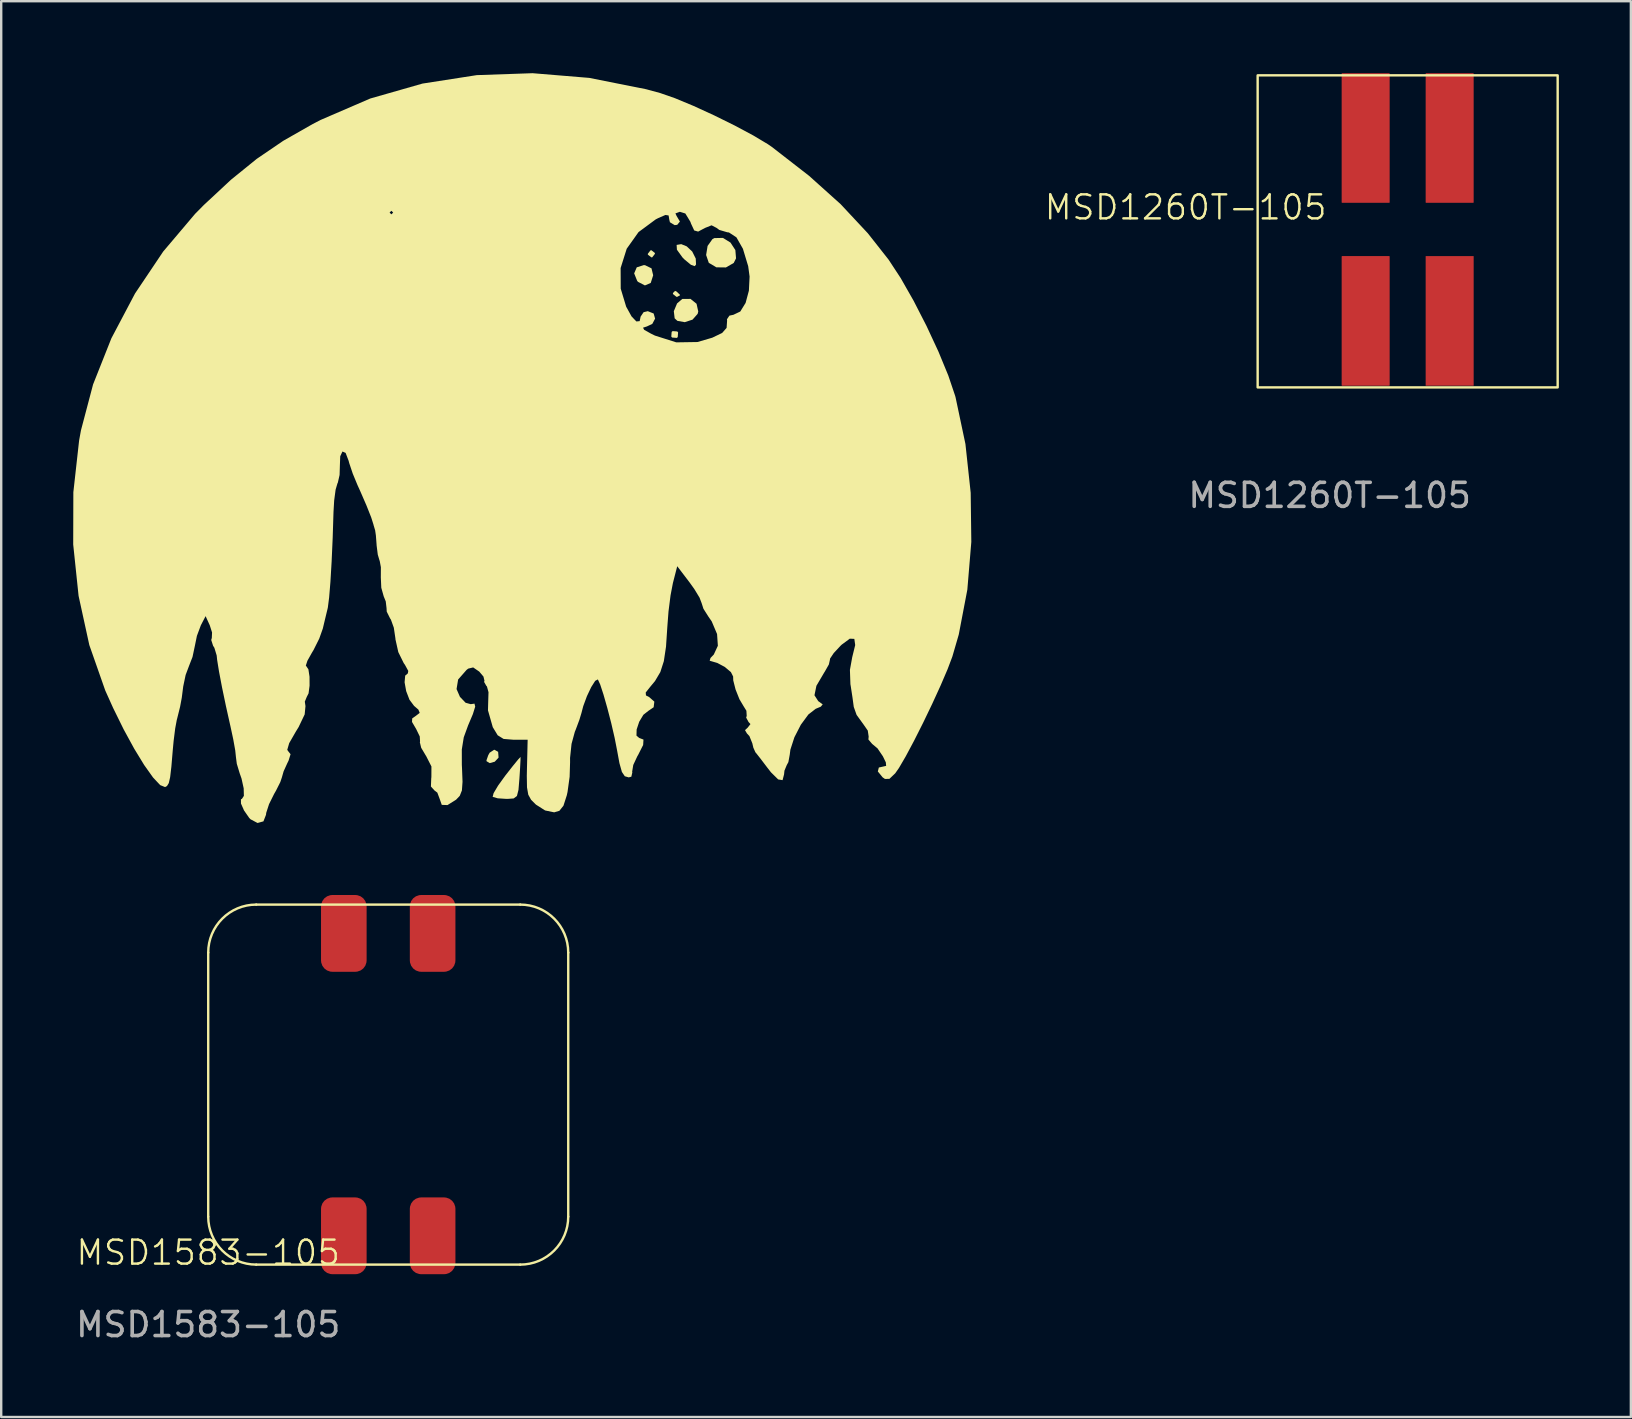
<source format=kicad_pcb>
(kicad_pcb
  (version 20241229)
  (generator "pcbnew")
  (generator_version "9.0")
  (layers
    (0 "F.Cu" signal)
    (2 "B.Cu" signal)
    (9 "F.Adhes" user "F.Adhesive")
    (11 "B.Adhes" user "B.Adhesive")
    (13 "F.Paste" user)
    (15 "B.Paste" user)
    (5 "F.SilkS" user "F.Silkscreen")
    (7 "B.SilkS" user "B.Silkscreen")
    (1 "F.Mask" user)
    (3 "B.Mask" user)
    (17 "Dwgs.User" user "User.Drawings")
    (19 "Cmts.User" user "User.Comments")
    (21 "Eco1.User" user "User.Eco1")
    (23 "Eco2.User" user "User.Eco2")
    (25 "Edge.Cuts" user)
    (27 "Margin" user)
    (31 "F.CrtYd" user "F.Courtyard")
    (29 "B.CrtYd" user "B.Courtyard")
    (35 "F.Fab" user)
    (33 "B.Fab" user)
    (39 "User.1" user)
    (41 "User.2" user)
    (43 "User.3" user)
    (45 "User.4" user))
  (footprint "MSD1260T-105"
    (layer "F.Cu")
    (at 52.849 11.59)
    (property "Reference" "MSD1260T-105" (at -6.5 -6 0) (unlocked yes) (layer "F.SilkS") (effects (font (size 1 1) (thickness 0.1))))
    (attr smd)
    (fp_rect (start -3.5 -11.5) (end 9 1.5) (stroke (width 0.1) (type default)) (fill no) (layer "F.SilkS"))
    (fp_text user "${REFERENCE}" (at -0.5 6 0) (unlocked yes) (layer "F.Fab") (effects (font (size 1 1) (thickness 0.15))))
    (pad "1" smd roundrect (at 4.5 -8.89) (size 2 5.4) (layers "F.Cu" "F.Mask" "F.Paste") (roundrect_rratio 0.01))
    (pad "2" smd roundrect (at 1 -8.89) (size 2 5.4) (layers "F.Cu" "F.Mask" "F.Paste") (roundrect_rratio 0.01))
    (pad "3" smd roundrect (at 1 -1.27) (size 2 5.4) (layers "F.Cu" "F.Mask" "F.Paste") (roundrect_rratio 0.01))
    (pad "4" smd rect (at 4.5 -1.27) (size 2 5.4) (layers "F.Cu" "F.Mask" "F.Paste")))
  (footprint "Moon_Gazing"
    (layer "F.Cu")
    (at 19.009 16.639)
    (property "Reference" "Moon_Gazing" (at 0 0 0) (layer "F.SilkS") (effects (font (size 1.5 1.5) (thickness 0.3))))
    (attr board_only exclude_from_pos_files exclude_from_bom)
    (fp_poly (pts (xy 5.225 -9.15) (xy 5.229 -9.114) (xy 5.116 -8.969) (xy 5.08 -8.965) (xy 4.935 -9.078) (xy 4.931 -9.114) (xy 5.044 -9.259) (xy 5.08 -9.264)) (stroke (width 0) (type solid)) (fill yes) (layer "F.SilkS"))
    (fp_poly (pts (xy 6.126 -7.545) (xy 6.268 -7.411) (xy 6.275 -7.387) (xy 6.16 -7.323) (xy 6.126 -7.321) (xy 5.982 -7.436) (xy 5.976 -7.479) (xy 6.068 -7.569)) (stroke (width 0) (type solid)) (fill yes) (layer "F.SilkS"))
    (fp_poly (pts (xy 6.159 -5.879) (xy 6.193 -5.84) (xy 6.178 -5.644) (xy 6.139 -5.611) (xy 5.943 -5.626) (xy 5.91 -5.665) (xy 5.925 -5.86) (xy 5.964 -5.894)) (stroke (width 0) (type solid)) (fill yes) (layer "F.SilkS"))
    (fp_poly (pts (xy -1.305 11.634) (xy -1.287 11.867) (xy -1.293 11.883) (xy -1.446 12.047) (xy -1.656 12.105) (xy -1.786 12.027) (xy -1.791 11.99) (xy -1.717 11.778) (xy -1.658 11.672) (xy -1.468 11.546)) (stroke (width 0) (type solid)) (fill yes) (layer "F.SilkS"))
    (fp_poly (pts (xy 4.818 -8.639) (xy 5.085 -8.509) (xy 5.155 -8.22) (xy 5.053 -7.9) (xy 4.811 -7.797) (xy 4.525 -7.945) (xy 4.489 -7.985) (xy 4.363 -8.299) (xy 4.471 -8.551) (xy 4.765 -8.644)) (stroke (width 0) (type solid)) (fill yes) (layer "F.SilkS"))
    (fp_poly (pts (xy 6.552 -9.425) (xy 6.782 -9.209) (xy 6.928 -8.918) (xy 6.941 -8.668) (xy 6.887 -8.6) (xy 6.728 -8.656) (xy 6.463 -8.875) (xy 6.376 -8.963) (xy 6.144 -9.285) (xy 6.132 -9.485) (xy 6.324 -9.517)) (stroke (width 0) (type solid)) (fill yes) (layer "F.SilkS"))
    (fp_poly (pts (xy 6.962 -7.033) (xy 7.033 -6.712) (xy 7.007 -6.611) (xy 6.795 -6.372) (xy 6.47 -6.266) (xy 6.163 -6.321) (xy 6.05 -6.426) (xy 6.015 -6.723) (xy 6.151 -7.048) (xy 6.368 -7.233) (xy 6.709 -7.236)) (stroke (width 0) (type solid)) (fill yes) (layer "F.SilkS"))
    (fp_poly (pts (xy 8.375 -9.583) (xy 8.579 -9.27) (xy 8.607 -8.924) (xy 8.511 -8.733) (xy 8.186 -8.546) (xy 7.787 -8.551) (xy 7.472 -8.739) (xy 7.361 -9.064) (xy 7.422 -9.442) (xy 7.623 -9.725) (xy 7.704 -9.769) (xy 8.062 -9.777)) (stroke (width 0) (type solid)) (fill yes) (layer "F.SilkS"))
    (fp_poly (pts (xy -0.371 11.849) (xy -0.374 12.001) (xy -0.393 12.364) (xy -0.417 12.737) (xy -0.457 13.22) (xy -0.522 13.476) (xy -0.658 13.578) (xy -0.91 13.596) (xy -0.96 13.596) (xy -1.32 13.572) (xy -1.529 13.512) (xy -1.533 13.508) (xy -1.493 13.356) (xy -1.305 13.04) (xy -1.008 12.628) (xy -1.002 12.62) (xy -0.691 12.224) (xy -0.465 11.947) (xy -0.371 11.848)) (stroke (width 0) (type solid)) (fill yes) (layer "F.SilkS"))
    (fp_poly (pts (xy 2.49 -16.444) (xy 4.86 -15.972) (xy 5.454 -15.81) (xy 6.065 -15.597) (xy 6.841 -15.274) (xy 7.698 -14.881) (xy 8.554 -14.458) (xy 9.326 -14.045) (xy 9.933 -13.682) (xy 10.104 -13.564) (xy 11.652 -12.362) (xy 12.966 -11.182) (xy 14.098 -9.97) (xy 14.962 -8.873) (xy 15.464 -8.108) (xy 16.005 -7.159) (xy 16.544 -6.108) (xy 17.04 -5.041) (xy 17.451 -4.043) (xy 17.736 -3.199) (xy 17.753 -3.138) (xy 18.165 -1.189) (xy 18.384 0.843) (xy 18.41 2.89) (xy 18.244 4.881) (xy 17.887 6.749) (xy 17.62 7.667) (xy 17.421 8.194) (xy 17.131 8.871) (xy 16.781 9.636) (xy 16.402 10.425) (xy 16.024 11.175) (xy 15.677 11.825) (xy 15.394 12.31) (xy 15.239 12.531) (xy 14.998 12.761) (xy 14.812 12.765) (xy 14.716 12.699) (xy 14.515 12.453) (xy 14.557 12.289) (xy 14.721 12.252) (xy 14.861 12.221) (xy 14.848 12.074) (xy 14.726 11.822) (xy 14.503 11.493) (xy 14.278 11.305) (xy 14.277 11.304) (xy 14.122 11.121) (xy 14.133 10.999) (xy 14.096 10.75) (xy 13.89 10.454) (xy 13.884 10.447) (xy 13.63 10.096) (xy 13.512 9.764) (xy 13.461 9.384) (xy 13.387 8.901) (xy 13.373 8.819) (xy 13.352 8.22) (xy 13.448 7.692) (xy 13.572 7.188) (xy 13.536 6.929) (xy 13.347 6.921) (xy 13.01 7.17) (xy 12.963 7.215) (xy 12.678 7.521) (xy 12.525 7.75) (xy 12.517 7.808) (xy 12.475 7.995) (xy 12.303 8.298) (xy 12.281 8.331) (xy 11.956 8.884) (xy 11.875 9.279) (xy 12.035 9.527) (xy 12.058 9.541) (xy 12.218 9.658) (xy 12.14 9.753) (xy 11.926 9.843) (xy 11.622 10.079) (xy 11.307 10.507) (xy 11.039 11.028) (xy 10.872 11.543) (xy 10.845 11.753) (xy 10.788 12.064) (xy 10.72 12.189) (xy 10.624 12.421) (xy 10.608 12.575) (xy 10.546 12.815) (xy 10.363 12.785) (xy 10.063 12.489) (xy 9.907 12.289) (xy 9.643 11.941) (xy 9.456 11.703) (xy 9.414 11.654) (xy 9.328 11.461) (xy 9.286 11.281) (xy 9.164 10.979) (xy 9.062 10.87) (xy 8.981 10.732) (xy 9.093 10.627) (xy 9.208 10.479) (xy 9.128 10.392) (xy 9.029 10.208) (xy 9.052 10.14) (xy 9.039 9.924) (xy 8.925 9.74) (xy 8.749 9.444) (xy 8.587 9.036) (xy 8.491 8.658) (xy 8.486 8.497) (xy 8.394 8.314) (xy 8.138 8.098) (xy 7.826 7.932) (xy 7.705 7.897) (xy 7.509 7.84) (xy 7.543 7.725) (xy 7.68 7.582) (xy 7.85 7.216) (xy 7.817 6.728) (xy 7.594 6.201) (xy 7.451 5.994) (xy 7.249 5.674) (xy 7.172 5.435) (xy 7.086 5.21) (xy 6.866 4.848) (xy 6.664 4.567) (xy 6.157 3.902) (xy 5.977 4.603) (xy 5.878 5.12) (xy 5.794 5.786) (xy 5.745 6.425) (xy 5.69 7.254) (xy 5.599 7.859) (xy 5.453 8.312) (xy 5.231 8.687) (xy 5.035 8.923) (xy 4.844 9.164) (xy 4.855 9.286) (xy 4.983 9.35) (xy 5.203 9.543) (xy 5.175 9.778) (xy 4.955 9.928) (xy 4.747 10.092) (xy 4.573 10.382) (xy 4.466 10.704) (xy 4.459 10.96) (xy 4.571 11.056) (xy 4.751 11.125) (xy 4.737 11.35) (xy 4.528 11.764) (xy 4.495 11.819) (xy 4.325 12.183) (xy 4.279 12.465) (xy 4.286 12.495) (xy 4.245 12.672) (xy 4.135 12.7) (xy 3.973 12.653) (xy 3.852 12.474) (xy 3.749 12.106) (xy 3.652 11.579) (xy 3.549 11.052) (xy 3.407 10.437) (xy 3.245 9.812) (xy 3.085 9.25) (xy 2.947 8.828) (xy 2.851 8.62) (xy 2.849 8.619) (xy 2.74 8.677) (xy 2.575 8.936) (xy 2.395 9.315) (xy 2.241 9.733) (xy 2.166 10.019) (xy 2.08 10.303) (xy 1.928 10.711) (xy 1.891 10.8) (xy 1.754 11.302) (xy 1.692 11.889) (xy 1.693 12.062) (xy 1.674 12.674) (xy 1.587 13.307) (xy 1.556 13.447) (xy 1.417 13.88) (xy 1.248 14.092) (xy 1.03 14.156) (xy 0.653 14.078) (xy 0.271 13.835) (xy 0.068 13.633) (xy -0.049 13.421) (xy -0.102 13.117) (xy -0.11 12.637) (xy -0.103 12.304) (xy -0.075 11.131) (xy -0.669 11.131) (xy -1.078 11.098) (xy -1.323 10.946) (xy -1.528 10.608) (xy -1.728 9.907) (xy -1.718 9.534) (xy -1.706 9.151) (xy -1.772 8.91) (xy -1.795 8.889) (xy -1.89 8.722) (xy -1.874 8.676) (xy -1.916 8.5) (xy -2.092 8.292) (xy -2.344 8.119) (xy -2.55 8.168) (xy -2.62 8.222) (xy -2.972 8.623) (xy -3.037 9.02) (xy -2.896 9.344) (xy -2.66 9.591) (xy -2.445 9.65) (xy -2.443 9.649) (xy -2.29 9.627) (xy -2.26 9.751) (xy -2.357 10.063) (xy -2.556 10.534) (xy -2.737 11.031) (xy -2.818 11.535) (xy -2.817 12.178) (xy -2.81 12.309) (xy -2.788 12.884) (xy -2.814 13.243) (xy -2.903 13.468) (xy -3.056 13.629) (xy -3.415 13.854) (xy -3.653 13.845) (xy -3.735 13.612) (xy -3.838 13.335) (xy -3.957 13.245) (xy -4.105 13.08) (xy -4.091 12.723) (xy -4.086 12.696) (xy -4.084 12.244) (xy -4.306 11.808) (xy -4.319 11.79) (xy -4.511 11.466) (xy -4.567 11.233) (xy -4.558 11.207) (xy -4.57 10.995) (xy -4.722 10.681) (xy -4.728 10.671) (xy -4.893 10.39) (xy -4.885 10.243) (xy -4.73 10.134) (xy -4.572 10.013) (xy -4.627 9.877) (xy -4.808 9.72) (xy -4.999 9.464) (xy -5.136 9.105) (xy -5.202 8.738) (xy -5.177 8.46) (xy -5.067 8.367) (xy -5.049 8.265) (xy -5.187 8.011) (xy -5.238 7.939) (xy -5.464 7.481) (xy -5.583 6.947) (xy -5.585 6.908) (xy -5.651 6.463) (xy -5.773 6.124) (xy -5.806 6.077) (xy -5.946 5.794) (xy -5.954 5.651) (xy -5.987 5.368) (xy -6.073 5.155) (xy -6.173 4.799) (xy -6.193 4.352) (xy -6.192 4.336) (xy -6.19 3.942) (xy -6.239 3.678) (xy -6.247 3.663) (xy -6.319 3.42) (xy -6.368 3.03) (xy -6.37 2.988) (xy -6.398 2.619) (xy -6.43 2.401) (xy -6.434 2.391) (xy -6.494 2.19) (xy -6.499 2.166) (xy -6.593 1.869) (xy -6.788 1.377) (xy -7.055 0.762) (xy -7.164 0.523) (xy -7.362 0.044) (xy -7.51 -0.398) (xy -7.532 -0.486) (xy -7.659 -0.819) (xy -7.791 -0.877) (xy -7.884 -0.679) (xy -7.897 -0.329) (xy -7.91 0.101) (xy -7.984 0.422) (xy -8.001 0.455) (xy -8.076 0.712) (xy -8.136 1.163) (xy -8.164 1.644) (xy -8.198 2.722) (xy -8.242 3.707) (xy -8.292 4.55) (xy -8.346 5.204) (xy -8.399 5.619) (xy -8.412 5.678) (xy -8.517 6.112) (xy -8.609 6.499) (xy -8.758 6.918) (xy -8.997 7.396) (xy -9.065 7.508) (xy -9.251 7.841) (xy -9.317 8.042) (xy -9.297 8.068) (xy -9.21 8.197) (xy -9.163 8.506) (xy -9.161 8.879) (xy -9.203 9.2) (xy -9.278 9.347) (xy -9.359 9.544) (xy -9.332 9.73) (xy -9.365 10.076) (xy -9.617 10.603) (xy -9.732 10.79) (xy -10.01 11.274) (xy -10.091 11.553) (xy -10.045 11.618) (xy -9.953 11.734) (xy -10.038 12.007) (xy -10.088 12.107) (xy -10.243 12.449) (xy -10.309 12.681) (xy -10.309 12.684) (xy -10.38 12.895) (xy -10.557 13.248) (xy -10.64 13.393) (xy -10.849 13.814) (xy -10.967 14.178) (xy -10.976 14.258) (xy -11.083 14.532) (xy -11.329 14.6) (xy -11.622 14.445) (xy -11.678 14.386) (xy -11.892 14.078) (xy -12.019 13.79) (xy -12.021 13.614) (xy -11.981 13.596) (xy -11.898 13.471) (xy -11.906 13.157) (xy -11.996 12.748) (xy -12.074 12.526) (xy -12.193 12.132) (xy -12.229 11.853) (xy -12.258 11.576) (xy -12.342 11.108) (xy -12.462 10.55) (xy -12.466 10.534) (xy -12.647 9.722) (xy -12.808 8.951) (xy -12.934 8.289) (xy -13.012 7.805) (xy -13.031 7.62) (xy -13.128 7.299) (xy -13.181 7.216) (xy -13.259 6.974) (xy -13.234 6.891) (xy -13.224 6.661) (xy -13.319 6.364) (xy -13.493 5.982) (xy -13.691 6.364) (xy -13.855 6.804) (xy -13.94 7.22) (xy -14.038 7.682) (xy -14.178 8.042) (xy -14.325 8.433) (xy -14.425 8.909) (xy -14.429 8.938) (xy -14.486 9.385) (xy -14.556 9.758) (xy -14.672 10.225) (xy -14.694 10.309) (xy -14.76 10.663) (xy -14.825 11.182) (xy -14.862 11.579) (xy -14.919 12.255) (xy -14.97 12.69) (xy -15.027 12.939) (xy -15.102 13.061) (xy -15.181 13.104) (xy -15.385 13.022) (xy -15.683 12.704) (xy -16.052 12.185) (xy -16.467 11.505) (xy -16.906 10.701) (xy -17.345 9.81) (xy -17.673 9.081) (xy -18.338 7.185) (xy -18.785 5.137) (xy -19.009 2.996) (xy -19.003 0.819) (xy -18.763 -1.335) (xy -18.686 -1.759) (xy -18.181 -3.673) (xy -17.418 -5.595) (xy -16.433 -7.461) (xy -15.721 -8.521) (xy 3.799 -8.521) (xy 3.803 -7.661) (xy 4.03 -6.91) (xy 4.255 -6.505) (xy 4.455 -6.296) (xy 4.592 -6.309) (xy 4.632 -6.499) (xy 4.756 -6.682) (xy 4.931 -6.724) (xy 5.175 -6.627) (xy 5.235 -6.413) (xy 5.118 -6.194) (xy 4.893 -6.088) (xy 4.732 -6.036) (xy 4.779 -5.948) (xy 5.062 -5.789) (xy 5.229 -5.707) (xy 6.118 -5.425) (xy 7.002 -5.439) (xy 7.617 -5.619) (xy 8.029 -5.817) (xy 8.214 -6.028) (xy 8.235 -6.331) (xy 8.229 -6.387) (xy 8.332 -6.539) (xy 8.498 -6.574) (xy 8.784 -6.71) (xy 9.006 -7.069) (xy 9.143 -7.579) (xy 9.172 -8.167) (xy 9.114 -8.596) (xy 8.894 -9.324) (xy 8.623 -9.8) (xy 8.312 -10.004) (xy 8.244 -10.011) (xy 7.911 -10.109) (xy 7.796 -10.194) (xy 7.588 -10.302) (xy 7.319 -10.194) (xy 7.029 -10.04) (xy 6.865 -10.087) (xy 6.731 -10.374) (xy 6.705 -10.449) (xy 6.495 -10.794) (xy 6.266 -10.865) (xy 6.082 -10.798) (xy 6.128 -10.696) (xy 6.269 -10.458) (xy 6.157 -10.322) (xy 6.051 -10.309) (xy 5.853 -10.429) (xy 5.827 -10.534) (xy 5.798 -10.712) (xy 5.666 -10.733) (xy 5.361 -10.6) (xy 5.259 -10.547) (xy 4.545 -10.019) (xy 4.052 -9.325) (xy 3.799 -8.521) (xy -15.721 -8.521) (xy -15.258 -9.211) (xy -13.927 -10.783) (xy -13.878 -10.832) (xy -5.827 -10.832) (xy -5.752 -10.758) (xy -5.678 -10.832) (xy -5.752 -10.907) (xy -5.827 -10.832) (xy -13.878 -10.832) (xy -13.565 -11.149) (xy -12.432 -12.203) (xy -11.361 -13.071) (xy -10.258 -13.822) (xy -9.028 -14.523) (xy -8.703 -14.691) (xy -6.634 -15.584) (xy -4.456 -16.207) (xy -2.193 -16.559) (xy 0.131 -16.639)) (stroke (width 0) (type solid)) (fill yes) (layer "F.SilkS")))
  (footprint "MSD1583-105"
    (layer "F.Cu")
    (at 5.625 49.639)
    (property "Reference" "MSD1583-105" (at 0 -0.5 0) (unlocked yes) (layer "F.SilkS") (effects (font (size 1 1) (thickness 0.1))))
    (attr smd)
    (fp_line (start 0 -13) (end 0 -2) (stroke (width 0.1) (type default)) (layer "F.SilkS"))
    (fp_line (start 2 -15) (end 13 -15) (stroke (width 0.1) (type default)) (layer "F.SilkS"))
    (fp_line (start 2 0) (end 13 0) (stroke (width 0.1) (type default)) (layer "F.SilkS"))
    (fp_line (start 15 -13) (end 15 -2) (stroke (width 0.1) (type default)) (layer "F.SilkS"))
    (fp_arc (start 0 -13) (mid 0.585786 -14.414214) (end 2 -15) (stroke (width 0.1) (type default)) (layer "F.SilkS"))
    (fp_arc (start 2 0) (mid 0.585786 -0.585786) (end 0 -2) (stroke (width 0.1) (type default)) (layer "F.SilkS"))
    (fp_arc (start 13 -15) (mid 14.414214 -14.414214) (end 15 -13) (stroke (width 0.1) (type default)) (layer "F.SilkS"))
    (fp_arc (start 15 -2) (mid 14.414214 -0.585786) (end 13 0) (stroke (width 0.1) (type default)) (layer "F.SilkS"))
    (fp_text user "${REFERENCE}" (at 0 2.5 0) (unlocked yes) (layer "F.Fab") (effects (font (size 1 1) (thickness 0.15))))
    (pad "1" smd roundrect (at 9.35 -1.2) (size 1.9 3.2) (layers "F.Cu" "F.Mask" "F.Paste") (roundrect_rratio 0.25))
    (pad "2" smd roundrect (at 5.65 -1.2) (size 1.9 3.2) (layers "F.Cu" "F.Mask" "F.Paste") (roundrect_rratio 0.25))
    (pad "3" smd roundrect (at 5.65 -13.8) (size 1.9 3.2) (layers "F.Cu" "F.Mask" "F.Paste") (roundrect_rratio 0.25))
    (pad "4" smd roundrect (at 9.35 -13.8) (size 1.9 3.2) (layers "F.Cu" "F.Mask" "F.Paste") (roundrect_rratio 0.25)))
  (gr_rect
    (start -3 -3)
    (end 64.899 55.987)
    (stroke (width 0.1) (type default))
    (fill no)
    (layer "Edge.Cuts")))
</source>
